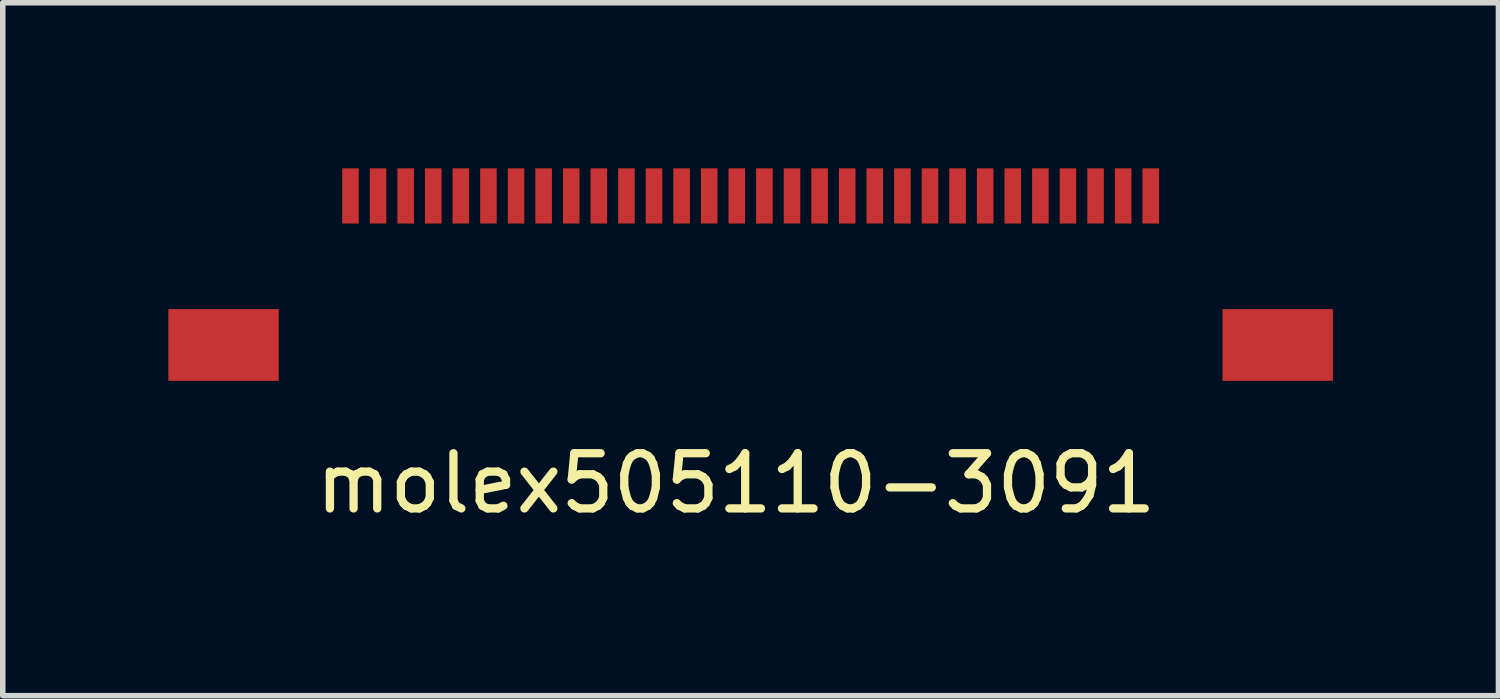
<source format=kicad_pcb>
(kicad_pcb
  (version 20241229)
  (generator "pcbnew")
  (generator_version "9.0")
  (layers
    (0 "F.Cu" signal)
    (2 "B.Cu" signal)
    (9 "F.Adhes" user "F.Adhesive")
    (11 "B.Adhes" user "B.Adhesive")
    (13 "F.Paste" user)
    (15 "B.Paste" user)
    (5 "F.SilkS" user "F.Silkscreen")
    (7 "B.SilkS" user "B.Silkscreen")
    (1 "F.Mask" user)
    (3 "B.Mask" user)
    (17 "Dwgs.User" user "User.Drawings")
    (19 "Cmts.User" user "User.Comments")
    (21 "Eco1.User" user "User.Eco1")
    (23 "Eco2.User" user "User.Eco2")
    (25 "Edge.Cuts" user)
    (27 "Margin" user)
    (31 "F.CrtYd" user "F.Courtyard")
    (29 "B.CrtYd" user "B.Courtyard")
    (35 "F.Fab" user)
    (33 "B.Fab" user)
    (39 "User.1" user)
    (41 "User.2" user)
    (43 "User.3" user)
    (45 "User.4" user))
  (footprint "molex505110-3091"
    (layer "F.Cu")
    (at 10.285 0.5)
    (property "Reference" "molex505110-3091" (at 0 5.207 0) (layer "F.SilkS") (effects (font (size 1 1) (thickness 0.15))))
    (attr through_hole)
    (pad "1" smd rect (at 7.515 0) (size 0.3 1) (layers "F.Cu" "F.Mask" "F.Paste"))
    (pad "2" smd rect (at 7.015 0) (size 0.3 1) (layers "F.Cu" "F.Mask" "F.Paste"))
    (pad "3" smd rect (at 6.515 0) (size 0.3 1) (layers "F.Cu" "F.Mask" "F.Paste"))
    (pad "4" smd rect (at 6.015 0) (size 0.3 1) (layers "F.Cu" "F.Mask" "F.Paste"))
    (pad "5" smd rect (at 5.515 0) (size 0.3 1) (layers "F.Cu" "F.Mask" "F.Paste"))
    (pad "6" smd rect (at 5.015 0) (size 0.3 1) (layers "F.Cu" "F.Mask" "F.Paste"))
    (pad "7" smd rect (at 4.515 0) (size 0.3 1) (layers "F.Cu" "F.Mask" "F.Paste"))
    (pad "8" smd rect (at 4.015 0) (size 0.3 1) (layers "F.Cu" "F.Mask" "F.Paste"))
    (pad "9" smd rect (at 3.515 0) (size 0.3 1) (layers "F.Cu" "F.Mask" "F.Paste"))
    (pad "10" smd rect (at 3.015 0) (size 0.3 1) (layers "F.Cu" "F.Mask" "F.Paste"))
    (pad "11" smd rect (at 2.515 0) (size 0.3 1) (layers "F.Cu" "F.Mask" "F.Paste"))
    (pad "12" smd rect (at 2.015 0) (size 0.3 1) (layers "F.Cu" "F.Mask" "F.Paste"))
    (pad "13" smd rect (at 1.515 0) (size 0.3 1) (layers "F.Cu" "F.Mask" "F.Paste"))
    (pad "14" smd rect (at 1.015 0) (size 0.3 1) (layers "F.Cu" "F.Mask" "F.Paste"))
    (pad "15" smd rect (at 0.515 0) (size 0.3 1) (layers "F.Cu" "F.Mask" "F.Paste"))
    (pad "16" smd rect (at 0.015 0) (size 0.3 1) (layers "F.Cu" "F.Mask" "F.Paste"))
    (pad "17" smd rect (at -0.485 0) (size 0.3 1) (layers "F.Cu" "F.Mask" "F.Paste"))
    (pad "18" smd rect (at -0.985 0) (size 0.3 1) (layers "F.Cu" "F.Mask" "F.Paste"))
    (pad "19" smd rect (at -1.485 0) (size 0.3 1) (layers "F.Cu" "F.Mask" "F.Paste"))
    (pad "20" smd rect (at -1.985 0) (size 0.3 1) (layers "F.Cu" "F.Mask" "F.Paste"))
    (pad "21" smd rect (at -2.485 0) (size 0.3 1) (layers "F.Cu" "F.Mask" "F.Paste"))
    (pad "22" smd rect (at -2.985 0) (size 0.3 1) (layers "F.Cu" "F.Mask" "F.Paste"))
    (pad "23" smd rect (at -3.485 0) (size 0.3 1) (layers "F.Cu" "F.Mask" "F.Paste"))
    (pad "24" smd rect (at -3.985 0) (size 0.3 1) (layers "F.Cu" "F.Mask" "F.Paste"))
    (pad "25" smd rect (at -4.485 0) (size 0.3 1) (layers "F.Cu" "F.Mask" "F.Paste"))
    (pad "26" smd rect (at -4.985 0) (size 0.3 1) (layers "F.Cu" "F.Mask" "F.Paste"))
    (pad "27" smd rect (at -5.485 0) (size 0.3 1) (layers "F.Cu" "F.Mask" "F.Paste"))
    (pad "28" smd rect (at -5.985 0) (size 0.3 1) (layers "F.Cu" "F.Mask" "F.Paste"))
    (pad "29" smd rect (at -6.485 0) (size 0.3 1) (layers "F.Cu" "F.Mask" "F.Paste"))
    (pad "30" smd rect (at -6.985 0) (size 0.3 1) (layers "F.Cu" "F.Mask" "F.Paste"))
    (pad "31" smd rect (at -9.285 2.7) (size 2 1.3) (layers "F.Cu" "F.Mask" "F.Paste"))
    (pad "32" smd rect (at 9.815 2.7) (size 2 1.3) (layers "F.Cu" "F.Mask" "F.Paste")))
  (gr_rect
    (start -3 -3)
    (end 24.1 9.555)
    (stroke (width 0.1) (type default))
    (fill no)
    (layer "Edge.Cuts")))
</source>
